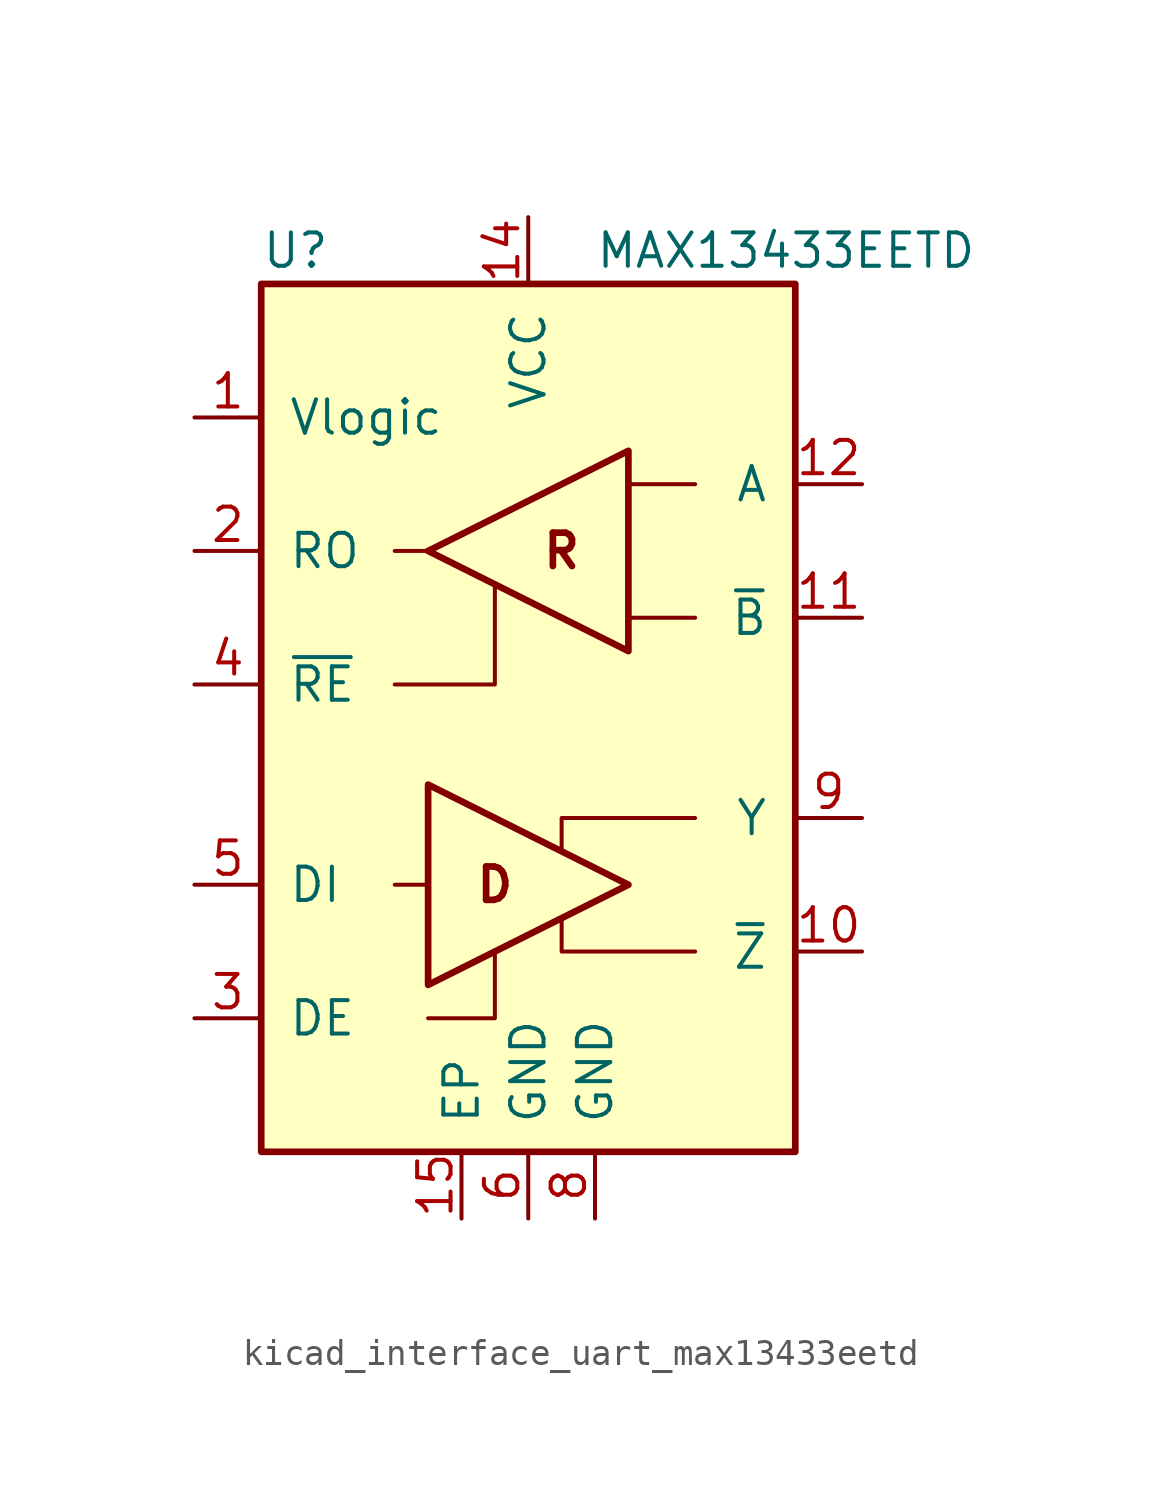
<source format=kicad_sym>
(kicad_symbol_lib
  (version 20220914)
  (generator kicad_symbol_editor)
  (symbol "kicad_interface_uart_max13433eetd"
    (pin_names
      (offset 1.016))
    (property "Reference" "U"
      (at -10.16 19.05 0)
      (effects (font (size 1.27 1.27)) (justify left)))
    (property "Value" "MAX13433EETD"
      (at 2.54 19.05 0)
      (effects (font (size 1.27 1.27)) (justify left)))
    (symbol "kicad_interface_uart_max13433eetd_0_0"
      (text "D" (at -1.27 -5.08 0) (effects (font (size 1.27 1.27) bold)))
      (text "R" (at 1.27 7.62 0) (effects (font (size 1.27 1.27) bold))))
    (symbol "kicad_interface_uart_max13433eetd_0_1"
      (rectangle (start -10.16 -15.24) (end 10.16 17.78) (stroke (width 0.254) (type default)) (fill (type background)))
      (polyline (pts (xy -5.08 -5.08) (xy -3.81 -5.08)) (stroke (width 0) (type default)) (fill (type none)))
      (polyline (pts (xy -3.81 7.62) (xy -5.08 7.62)) (stroke (width 0) (type default)) (fill (type none)))
      (polyline (pts (xy 6.35 5.08) (xy 3.81 5.08) (xy 3.81 5.08)) (stroke (width 0) (type default)) (fill (type none)))
      (polyline (pts (xy 6.35 10.16) (xy 3.81 10.16) (xy 3.81 10.16)) (stroke (width 0) (type default)) (fill (type none)))
      (polyline (pts (xy -3.81 -10.16) (xy -1.27 -10.16) (xy -1.27 -7.62) (xy -1.27 -7.62)) (stroke (width 0) (type default)) (fill (type none)))
      (polyline (pts (xy -1.27 6.35) (xy -1.27 2.54) (xy -2.54 2.54) (xy -5.08 2.54)) (stroke (width 0) (type default)) (fill (type none)))
      (polyline (pts (xy 6.35 -7.62) (xy 1.27 -7.62) (xy 1.27 -6.35) (xy 1.27 -6.35)) (stroke (width 0) (type default)) (fill (type none)))
      (polyline (pts (xy 6.35 -2.54) (xy 1.27 -2.54) (xy 1.27 -3.81) (xy 1.27 -3.81)) (stroke (width 0) (type default)) (fill (type none)))
      (polyline (pts (xy -3.81 -1.27) (xy -3.81 -8.89) (xy 3.81 -5.08) (xy -3.81 -1.27) (xy -3.81 -1.27)) (stroke (width 0.254) (type default)) (fill (type none)))
      (polyline (pts (xy 3.81 11.43) (xy 3.81 3.81) (xy -3.81 7.62) (xy 3.81 11.43) (xy 3.81 11.43)) (stroke (width 0.254) (type default)) (fill (type none))))
    (symbol "kicad_interface_uart_max13433eetd_1_1"
      (pin power_in line (at -12.7 12.7 0) (length 2.54) (name "Vlogic" (effects (font (size 1.27 1.27)))) (number "1" (effects (font (size 1.27 1.27)))))
      (pin output line (at 12.7 -7.62 180) (length 2.54) (name "~{Z}" (effects (font (size 1.27 1.27)))) (number "10" (effects (font (size 1.27 1.27)))))
      (pin input line (at 12.7 5.08 180) (length 2.54) (name "~{B}" (effects (font (size 1.27 1.27)))) (number "11" (effects (font (size 1.27 1.27)))))
      (pin input line (at 12.7 10.16 180) (length 2.54) (name "A" (effects (font (size 1.27 1.27)))) (number "12" (effects (font (size 1.27 1.27)))))
      (pin no_connect line (at 10.16 0 180) (length 2.54) hide (name "NC" (effects (font (size 1.27 1.27)))) (number "13" (effects (font (size 1.27 1.27)))))
      (pin power_in line (at 0 20.32 270) (length 2.54) (name "VCC" (effects (font (size 1.27 1.27)))) (number "14" (effects (font (size 1.27 1.27)))))
      (pin power_in line (at -2.54 -17.78 90) (length 2.54) (name "EP" (effects (font (size 1.27 1.27)))) (number "15" (effects (font (size 1.27 1.27)))))
      (pin output line (at -12.7 7.62 0) (length 2.54) (name "RO" (effects (font (size 1.27 1.27)))) (number "2" (effects (font (size 1.27 1.27)))))
      (pin input line (at -12.7 -10.16 0) (length 2.54) (name "DE" (effects (font (size 1.27 1.27)))) (number "3" (effects (font (size 1.27 1.27)))))
      (pin input line (at -12.7 2.54 0) (length 2.54) (name "~{RE}" (effects (font (size 1.27 1.27)))) (number "4" (effects (font (size 1.27 1.27)))))
      (pin input line (at -12.7 -5.08 0) (length 2.54) (name "DI" (effects (font (size 1.27 1.27)))) (number "5" (effects (font (size 1.27 1.27)))))
      (pin power_in line (at 0 -17.78 90) (length 2.54) (name "GND" (effects (font (size 1.27 1.27)))) (number "6" (effects (font (size 1.27 1.27)))))
      (pin no_connect line (at 10.16 2.54 180) (length 2.54) hide (name "NC" (effects (font (size 1.27 1.27)))) (number "7" (effects (font (size 1.27 1.27)))))
      (pin power_in line (at 2.54 -17.78 90) (length 2.54) (name "GND" (effects (font (size 1.27 1.27)))) (number "8" (effects (font (size 1.27 1.27)))))
      (pin output line (at 12.7 -2.54 180) (length 2.54) (name "Y" (effects (font (size 1.27 1.27)))) (number "9" (effects (font (size 1.27 1.27))))))))
</source>
